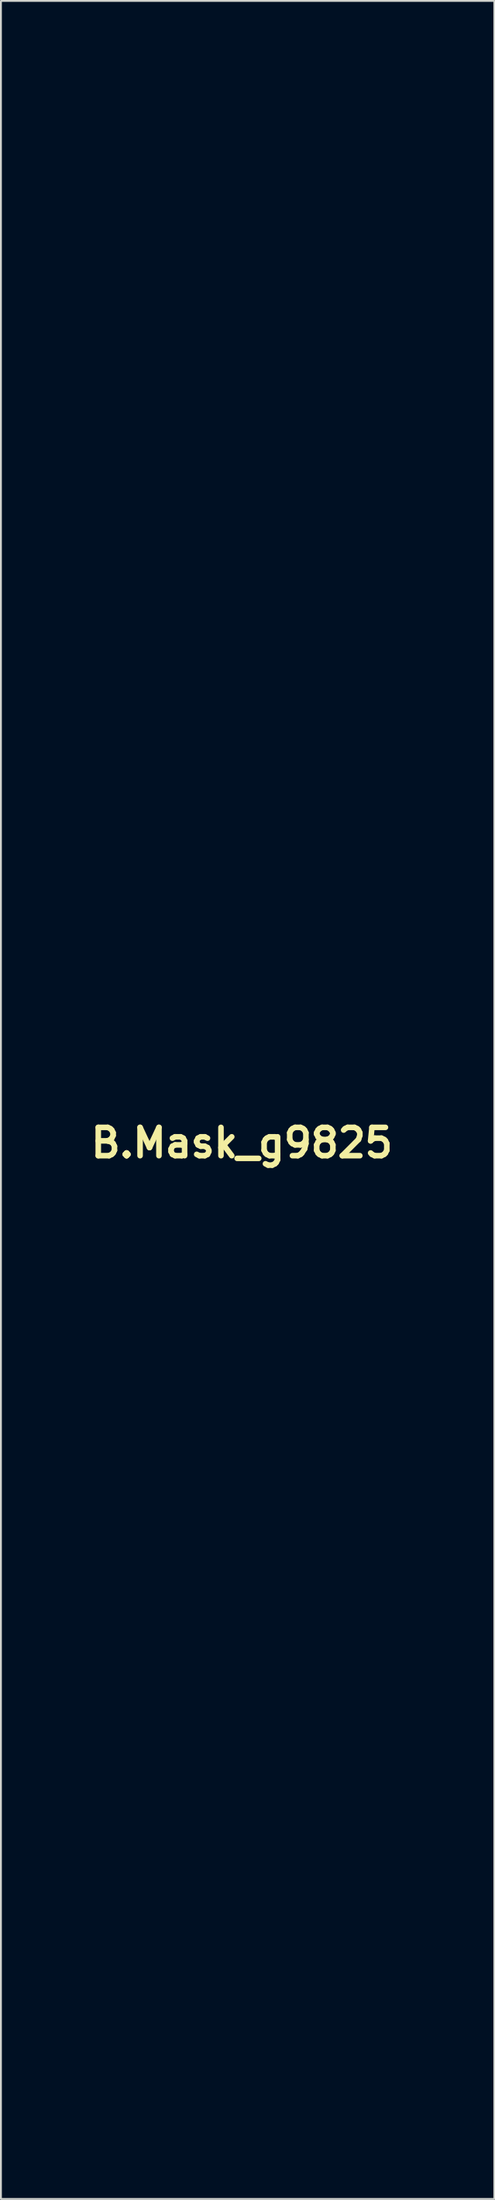
<source format=kicad_pcb>
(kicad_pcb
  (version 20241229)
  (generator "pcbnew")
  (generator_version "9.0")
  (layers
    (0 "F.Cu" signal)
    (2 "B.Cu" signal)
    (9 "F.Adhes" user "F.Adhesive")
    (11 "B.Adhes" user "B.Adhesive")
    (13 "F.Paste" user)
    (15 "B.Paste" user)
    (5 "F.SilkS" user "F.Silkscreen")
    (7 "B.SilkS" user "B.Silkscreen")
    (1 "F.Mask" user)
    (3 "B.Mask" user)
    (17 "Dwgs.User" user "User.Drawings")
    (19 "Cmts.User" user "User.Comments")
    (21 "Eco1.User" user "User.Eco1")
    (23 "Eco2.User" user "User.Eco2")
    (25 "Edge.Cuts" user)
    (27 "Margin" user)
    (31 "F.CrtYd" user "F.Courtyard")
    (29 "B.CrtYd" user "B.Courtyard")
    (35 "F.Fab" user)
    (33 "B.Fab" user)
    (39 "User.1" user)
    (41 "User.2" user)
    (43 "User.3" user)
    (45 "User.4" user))
  (footprint "B.Mask_g9825"
    (layer "F.Cu")
    (at 9.969 58.468)
    (property "Reference" "B.Mask_g9825" (at 0 0 0) (layer "F.SilkS") (effects (font (size 1.524 1.524) (thickness 0.3))))
    (attr through_hole)
    (fp_poly (pts (xy 5.63 -55.33) (xy 5.47 -55.33) (xy 5.337 -55.347) (xy 5.225 -55.39) (xy 5.216 -55.396) (xy 5.115 -55.493) (xy 5.043 -55.63) (xy 4.995 -55.82) (xy 4.968 -56.077) (xy 4.964 -56.13) (xy 4.96 -56.491) (xy 4.99 -56.778) (xy 5.057 -56.996) (xy 5.162 -57.147) (xy 5.307 -57.237) (xy 5.431 -57.266) (xy 5.63 -57.288) (xy 5.63 -55.33)) (stroke (width 0.01) (type solid)) (fill yes) (layer "B.Mask"))
    (fp_poly (pts (xy 6.928 -56.935) (xy 6.954 -56.84) (xy 6.988 -56.703) (xy 7.024 -56.542) (xy 7.059 -56.377) (xy 7.088 -56.229) (xy 7.107 -56.117) (xy 7.112 -56.069) (xy 7.087 -56.029) (xy 7.003 -56.01) (xy 6.905 -56.007) (xy 6.698 -56.007) (xy 6.798 -56.478) (xy 6.839 -56.667) (xy 6.874 -56.823) (xy 6.901 -56.928) (xy 6.914 -56.966) (xy 6.928 -56.935)) (stroke (width 0.01) (type solid)) (fill yes) (layer "B.Mask"))
    (fp_poly (pts (xy -6.815 -56.977) (xy -6.807 -56.931) (xy -6.785 -56.82) (xy -6.751 -56.66) (xy -6.714 -56.483) (xy -6.613 -56.007) (xy -6.82 -56.007) (xy -6.955 -56.015) (xy -7.019 -56.042) (xy -7.027 -56.066) (xy -7.019 -56.136) (xy -6.997 -56.261) (xy -6.966 -56.42) (xy -6.931 -56.59) (xy -6.895 -56.752) (xy -6.864 -56.882) (xy -6.842 -56.961) (xy -6.836 -56.974) (xy -6.815 -56.977) (xy -6.815 -56.977)) (stroke (width 0.01) (type solid)) (fill yes) (layer "B.Mask"))
    (fp_poly (pts (xy -2.302 -56.557) (xy -2.262 -56.37) (xy -2.229 -56.211) (xy -2.208 -56.1) (xy -2.203 -56.06) (xy -2.241 -56.024) (xy -2.36 -56.008) (xy -2.416 -56.007) (xy -2.542 -56.011) (xy -2.602 -56.027) (xy -2.613 -56.063) (xy -2.609 -56.081) (xy -2.59 -56.161) (xy -2.563 -56.293) (xy -2.54 -56.409) (xy -2.505 -56.581) (xy -2.467 -56.749) (xy -2.446 -56.833) (xy -2.4 -57.002) (xy -2.302 -56.557)) (stroke (width 0.01) (type solid)) (fill yes) (layer "B.Mask"))
    (fp_poly (pts (xy 6.784 34.602) (xy 7.177 34.646) (xy 7.532 34.725) (xy 7.885 34.85) (xy 8.149 34.969) (xy 8.621 35.238) (xy 9.027 35.559) (xy 9.373 35.937) (xy 9.665 36.378) (xy 9.779 36.597) (xy 9.92 36.907) (xy 10.019 37.18) (xy 10.084 37.442) (xy 10.12 37.722) (xy 10.133 38.048) (xy 10.133 38.185) (xy 10.13 38.438) (xy 10.12 38.632) (xy 10.101 38.792) (xy 10.07 38.944) (xy 10.023 39.114) (xy 10.018 39.129) (xy 9.816 39.658) (xy 9.547 40.137) (xy 9.214 40.561) (xy 8.821 40.928) (xy 8.371 41.234) (xy 7.866 41.477) (xy 7.599 41.572) (xy 7.351 41.63) (xy 7.047 41.669) (xy 6.712 41.688) (xy 6.372 41.687) (xy 6.054 41.666) (xy 5.783 41.623) (xy 5.745 41.614) (xy 5.228 41.441) (xy 4.75 41.198) (xy 4.318 40.891) (xy 3.938 40.526) (xy 3.616 40.111) (xy 3.358 39.651) (xy 3.17 39.152) (xy 3.089 38.82) (xy 3.04 38.371) (xy 3.046 38.142) (xy 3.84 38.142) (xy 3.874 38.622) (xy 3.979 39.06) (xy 4.16 39.463) (xy 4.419 39.839) (xy 4.632 40.072) (xy 5.014 40.402) (xy 5.42 40.65) (xy 5.848 40.817) (xy 6.298 40.902) (xy 6.769 40.905) (xy 7.259 40.826) (xy 7.26 40.826) (xy 7.704 40.676) (xy 8.112 40.454) (xy 8.475 40.167) (xy 8.786 39.823) (xy 9.037 39.43) (xy 9.219 38.994) (xy 9.228 38.968) (xy 9.306 38.621) (xy 9.343 38.244) (xy 9.336 37.872) (xy 9.298 37.598) (xy 9.165 37.164) (xy 8.961 36.755) (xy 8.697 36.383) (xy 8.38 36.06) (xy 8.021 35.798) (xy 7.829 35.695) (xy 7.367 35.516) (xy 6.899 35.419) (xy 6.433 35.403) (xy 5.977 35.467) (xy 5.537 35.609) (xy 5.121 35.827) (xy 4.736 36.122) (xy 4.611 36.241) (xy 4.309 36.606) (xy 4.079 37.011) (xy 3.926 37.452) (xy 3.849 37.924) (xy 3.84 38.142) (xy 3.046 38.142) (xy 3.052 37.891) (xy 3.122 37.405) (xy 3.248 36.937) (xy 3.317 36.753) (xy 3.542 36.308) (xy 3.836 35.9) (xy 4.189 35.537) (xy 4.592 35.224) (xy 5.033 34.967) (xy 5.505 34.773) (xy 5.996 34.647) (xy 6.497 34.596) (xy 6.784 34.602)) (stroke (width 0.01) (type solid)) (fill yes) (layer "B.Mask"))
    (fp_poly (pts (xy 6.909 46.764) (xy 7.179 46.785) (xy 7.419 46.827) (xy 7.656 46.893) (xy 7.919 46.989) (xy 7.965 47.007) (xy 8.269 47.146) (xy 8.542 47.311) (xy 8.808 47.517) (xy 9.083 47.773) (xy 9.434 48.163) (xy 9.707 48.565) (xy 9.911 48.995) (xy 10.053 49.466) (xy 10.096 49.684) (xy 10.144 50.026) (xy 10.156 50.335) (xy 10.134 50.65) (xy 10.094 50.911) (xy 9.963 51.427) (xy 9.759 51.909) (xy 9.49 52.351) (xy 9.162 52.746) (xy 8.782 53.09) (xy 8.357 53.376) (xy 7.894 53.599) (xy 7.399 53.754) (xy 6.88 53.833) (xy 6.569 53.843) (xy 6.371 53.837) (xy 6.178 53.824) (xy 6.027 53.808) (xy 6.004 53.805) (xy 5.504 53.679) (xy 5.021 53.479) (xy 4.568 53.212) (xy 4.16 52.887) (xy 3.81 52.512) (xy 3.779 52.472) (xy 3.485 52.024) (xy 3.267 51.552) (xy 3.123 51.062) (xy 3.05 50.564) (xy 3.049 50.225) (xy 3.835 50.225) (xy 3.86 50.646) (xy 3.947 51.059) (xy 4.096 51.455) (xy 4.303 51.825) (xy 4.568 52.163) (xy 4.887 52.459) (xy 5.26 52.706) (xy 5.683 52.896) (xy 5.893 52.961) (xy 6.245 53.024) (xy 6.634 53.038) (xy 7.028 53.004) (xy 7.396 52.925) (xy 7.522 52.883) (xy 7.874 52.73) (xy 8.18 52.54) (xy 8.469 52.297) (xy 8.608 52.156) (xy 8.902 51.786) (xy 9.122 51.386) (xy 9.268 50.963) (xy 9.341 50.527) (xy 9.341 50.086) (xy 9.269 49.648) (xy 9.126 49.222) (xy 8.913 48.817) (xy 8.629 48.442) (xy 8.324 48.145) (xy 7.96 47.889) (xy 7.561 47.704) (xy 7.135 47.589) (xy 6.695 47.543) (xy 6.25 47.565) (xy 5.813 47.657) (xy 5.392 47.816) (xy 5.001 48.044) (xy 4.727 48.263) (xy 4.407 48.609) (xy 4.16 48.986) (xy 3.983 49.386) (xy 3.876 49.802) (xy 3.835 50.225) (xy 3.049 50.225) (xy 3.048 50.064) (xy 3.115 49.57) (xy 3.248 49.091) (xy 3.446 48.635) (xy 3.707 48.208) (xy 4.029 47.819) (xy 4.411 47.476) (xy 4.85 47.187) (xy 5.02 47.098) (xy 5.335 46.958) (xy 5.627 46.86) (xy 5.925 46.798) (xy 6.254 46.766) (xy 6.583 46.758) (xy 6.909 46.764)) (stroke (width 0.01) (type solid)) (fill yes) (layer "B.Mask"))
    (fp_poly (pts (xy -6.063 22.643) (xy -5.531 22.736) (xy -5.114 22.868) (xy -4.645 23.09) (xy -4.215 23.383) (xy -3.831 23.737) (xy -3.499 24.145) (xy -3.226 24.598) (xy -3.021 25.087) (xy -2.917 25.463) (xy -2.886 25.671) (xy -2.869 25.934) (xy -2.864 26.221) (xy -2.872 26.505) (xy -2.893 26.756) (xy -2.917 26.903) (xy -3.069 27.413) (xy -3.291 27.891) (xy -3.577 28.329) (xy -3.919 28.72) (xy -4.311 29.056) (xy -4.746 29.332) (xy -5.215 29.539) (xy -5.624 29.653) (xy -5.84 29.689) (xy -6.088 29.718) (xy -6.339 29.736) (xy -6.564 29.742) (xy -6.731 29.734) (xy -7.292 29.629) (xy -7.81 29.452) (xy -8.285 29.203) (xy -8.719 28.879) (xy -8.958 28.653) (xy -9.317 28.227) (xy -9.597 27.771) (xy -9.798 27.285) (xy -9.92 26.768) (xy -9.964 26.219) (xy -9.964 26.183) (xy -9.955 26.062) (xy -9.157 26.062) (xy -9.154 26.386) (xy -9.124 26.687) (xy -9.085 26.878) (xy -8.92 27.328) (xy -8.687 27.736) (xy -8.393 28.095) (xy -8.044 28.399) (xy -7.65 28.642) (xy -7.216 28.819) (xy -6.751 28.924) (xy -6.464 28.95) (xy -6.338 28.946) (xy -6.168 28.932) (xy -5.998 28.91) (xy -5.531 28.798) (xy -5.1 28.611) (xy -4.712 28.356) (xy -4.372 28.037) (xy -4.086 27.659) (xy -3.859 27.227) (xy -3.783 27.029) (xy -3.731 26.868) (xy -3.697 26.728) (xy -3.677 26.581) (xy -3.668 26.402) (xy -3.666 26.183) (xy -3.668 25.95) (xy -3.678 25.774) (xy -3.699 25.629) (xy -3.734 25.488) (xy -3.783 25.337) (xy -3.985 24.877) (xy -4.247 24.473) (xy -4.567 24.129) (xy -4.939 23.848) (xy -5.361 23.634) (xy -5.827 23.491) (xy -6.032 23.453) (xy -6.491 23.424) (xy -6.94 23.475) (xy -7.371 23.599) (xy -7.775 23.792) (xy -8.145 24.046) (xy -8.471 24.358) (xy -8.746 24.721) (xy -8.961 25.131) (xy -9.085 25.488) (xy -9.134 25.752) (xy -9.157 26.062) (xy -9.955 26.062) (xy -9.925 25.632) (xy -9.808 25.113) (xy -9.612 24.625) (xy -9.337 24.168) (xy -8.983 23.74) (xy -8.958 23.714) (xy -8.549 23.35) (xy -8.101 23.058) (xy -7.62 22.84) (xy -7.115 22.697) (xy -6.594 22.631) (xy -6.063 22.643)) (stroke (width 0.01) (type solid)) (fill yes) (layer "B.Mask"))
    (fp_poly (pts (xy -5.868 46.777) (xy -5.346 46.896) (xy -4.856 47.09) (xy -4.402 47.354) (xy -3.992 47.685) (xy -3.632 48.078) (xy -3.328 48.529) (xy -3.179 48.817) (xy -3.047 49.126) (xy -2.955 49.407) (xy -2.898 49.687) (xy -2.87 49.996) (xy -2.865 50.313) (xy -2.868 50.565) (xy -2.879 50.76) (xy -2.901 50.923) (xy -2.936 51.083) (xy -2.979 51.236) (xy -3.18 51.767) (xy -3.445 52.248) (xy -3.77 52.675) (xy -4.151 53.042) (xy -4.582 53.347) (xy -5.06 53.585) (xy -5.58 53.751) (xy -5.75 53.788) (xy -6.07 53.829) (xy -6.428 53.842) (xy -6.786 53.827) (xy -7.105 53.784) (xy -7.133 53.778) (xy -7.656 53.625) (xy -8.141 53.398) (xy -8.584 53.104) (xy -8.977 52.749) (xy -9.316 52.339) (xy -9.593 51.879) (xy -9.803 51.375) (xy -9.868 51.158) (xy -9.929 50.835) (xy -9.959 50.465) (xy -9.958 50.278) (xy -9.165 50.278) (xy -9.143 50.671) (xy -9.071 51.03) (xy -9.064 51.054) (xy -8.885 51.502) (xy -8.637 51.908) (xy -8.327 52.264) (xy -7.962 52.563) (xy -7.55 52.798) (xy -7.103 52.961) (xy -6.841 53.01) (xy -6.536 53.032) (xy -6.216 53.028) (xy -5.91 52.999) (xy -5.648 52.945) (xy -5.576 52.923) (xy -5.21 52.77) (xy -4.893 52.584) (xy -4.595 52.346) (xy -4.461 52.22) (xy -4.283 52.034) (xy -4.15 51.873) (xy -4.044 51.709) (xy -3.946 51.52) (xy -3.764 51.053) (xy -3.667 50.588) (xy -3.654 50.125) (xy -3.726 49.662) (xy -3.883 49.2) (xy -3.944 49.064) (xy -4.122 48.764) (xy -4.357 48.468) (xy -4.628 48.197) (xy -4.916 47.972) (xy -5.142 47.839) (xy -5.556 47.676) (xy -5.992 47.574) (xy -6.431 47.536) (xy -6.852 47.564) (xy -7.05 47.604) (xy -7.501 47.761) (xy -7.915 47.99) (xy -8.285 48.283) (xy -8.602 48.632) (xy -8.858 49.031) (xy -9.045 49.471) (xy -9.064 49.53) (xy -9.139 49.886) (xy -9.165 50.278) (xy -9.958 50.278) (xy -9.957 50.081) (xy -9.925 49.714) (xy -9.868 49.424) (xy -9.689 48.906) (xy -9.442 48.43) (xy -9.134 48.003) (xy -8.77 47.63) (xy -8.358 47.314) (xy -7.904 47.062) (xy -7.414 46.879) (xy -6.895 46.768) (xy -6.413 46.736) (xy -5.868 46.777)) (stroke (width 0.01) (type solid)) (fill yes) (layer "B.Mask"))
    (fp_poly (pts (xy -6.147 34.616) (xy -5.756 34.66) (xy -5.44 34.731) (xy -4.918 34.93) (xy -4.444 35.196) (xy -4.022 35.524) (xy -3.656 35.907) (xy -3.352 36.341) (xy -3.115 36.82) (xy -2.947 37.338) (xy -2.855 37.89) (xy -2.854 37.901) (xy -2.848 38.226) (xy -2.879 38.59) (xy -2.943 38.959) (xy -3.032 39.285) (xy -3.171 39.643) (xy -3.344 39.966) (xy -3.564 40.275) (xy -3.846 40.592) (xy -3.916 40.663) (xy -4.111 40.854) (xy -4.271 40.997) (xy -4.418 41.109) (xy -4.574 41.205) (xy -4.72 41.284) (xy -5.018 41.428) (xy -5.276 41.533) (xy -5.52 41.604) (xy -5.776 41.649) (xy -6.071 41.673) (xy -6.308 41.681) (xy -6.649 41.683) (xy -6.917 41.672) (xy -7.125 41.647) (xy -7.186 41.634) (xy -7.7 41.475) (xy -8.179 41.242) (xy -8.615 40.942) (xy -9.003 40.581) (xy -9.336 40.166) (xy -9.608 39.703) (xy -9.812 39.198) (xy -9.867 39.01) (xy -9.934 38.652) (xy -9.961 38.251) (xy -9.961 38.237) (xy -9.172 38.237) (xy -9.122 38.683) (xy -8.999 39.11) (xy -8.809 39.51) (xy -8.559 39.876) (xy -8.255 40.199) (xy -7.901 40.471) (xy -7.505 40.685) (xy -7.072 40.833) (xy -6.767 40.891) (xy -6.341 40.91) (xy -5.895 40.86) (xy -5.736 40.826) (xy -5.295 40.676) (xy -4.888 40.454) (xy -4.523 40.165) (xy -4.212 39.818) (xy -3.963 39.421) (xy -3.957 39.41) (xy -3.823 39.117) (xy -3.735 38.849) (xy -3.685 38.572) (xy -3.665 38.255) (xy -3.664 38.163) (xy -3.696 37.685) (xy -3.8 37.249) (xy -3.978 36.846) (xy -4.234 36.469) (xy -4.483 36.194) (xy -4.844 35.89) (xy -5.232 35.661) (xy -5.638 35.504) (xy -6.056 35.417) (xy -6.476 35.397) (xy -6.893 35.441) (xy -7.297 35.548) (xy -7.682 35.713) (xy -8.039 35.935) (xy -8.362 36.211) (xy -8.641 36.538) (xy -8.87 36.914) (xy -9.042 37.336) (xy -9.144 37.779) (xy -9.172 38.237) (xy -9.961 38.237) (xy -9.95 37.841) (xy -9.899 37.454) (xy -9.872 37.334) (xy -9.702 36.807) (xy -9.461 36.323) (xy -9.154 35.887) (xy -8.786 35.505) (xy -8.362 35.18) (xy -7.887 34.919) (xy -7.366 34.725) (xy -7.303 34.708) (xy -6.952 34.64) (xy -6.556 34.609) (xy -6.147 34.616)) (stroke (width 0.01) (type solid)) (fill yes) (layer "B.Mask"))
    (fp_poly (pts (xy -5.987 -3.584) (xy -5.636 -3.529) (xy -5.29 -3.429) (xy -4.923 -3.278) (xy -4.784 -3.211) (xy -4.593 -3.114) (xy -4.442 -3.027) (xy -4.309 -2.932) (xy -4.172 -2.815) (xy -4.01 -2.66) (xy -3.916 -2.565) (xy -3.647 -2.278) (xy -3.444 -2.023) (xy -3.315 -1.82) (xy -3.082 -1.321) (xy -2.93 -0.805) (xy -2.857 -0.28) (xy -2.864 0.247) (xy -2.949 0.768) (xy -3.112 1.275) (xy -3.353 1.76) (xy -3.652 2.194) (xy -3.967 2.53) (xy -4.345 2.833) (xy -4.765 3.091) (xy -5.208 3.289) (xy -5.522 3.387) (xy -5.806 3.443) (xy -6.128 3.479) (xy -6.454 3.495) (xy -6.753 3.488) (xy -6.92 3.469) (xy -7.448 3.346) (xy -7.944 3.148) (xy -8.402 2.884) (xy -8.814 2.558) (xy -9.174 2.177) (xy -9.475 1.747) (xy -9.71 1.275) (xy -9.869 0.783) (xy -9.936 0.394) (xy -9.962 -0.025) (xy -9.952 -0.289) (xy -9.165 -0.289) (xy -9.165 0.169) (xy -9.08 0.628) (xy -8.91 1.087) (xy -8.867 1.178) (xy -8.621 1.583) (xy -8.318 1.932) (xy -7.967 2.219) (xy -7.575 2.443) (xy -7.152 2.599) (xy -6.705 2.683) (xy -6.244 2.693) (xy -5.777 2.624) (xy -5.558 2.563) (xy -5.13 2.384) (xy -4.74 2.133) (xy -4.396 1.82) (xy -4.106 1.453) (xy -3.879 1.041) (xy -3.781 0.786) (xy -3.729 0.62) (xy -3.696 0.472) (xy -3.677 0.316) (xy -3.669 0.124) (xy -3.668 -0.064) (xy -3.67 -0.3) (xy -3.681 -0.478) (xy -3.702 -0.625) (xy -3.738 -0.768) (xy -3.779 -0.894) (xy -3.979 -1.357) (xy -4.238 -1.76) (xy -4.556 -2.102) (xy -4.934 -2.385) (xy -5.261 -2.559) (xy -5.584 -2.689) (xy -5.887 -2.767) (xy -6.209 -2.803) (xy -6.413 -2.808) (xy -6.895 -2.766) (xy -7.351 -2.648) (xy -7.772 -2.456) (xy -8.153 -2.195) (xy -8.486 -1.872) (xy -8.763 -1.488) (xy -8.912 -1.206) (xy -9.081 -0.747) (xy -9.165 -0.289) (xy -9.952 -0.289) (xy -9.946 -0.441) (xy -9.888 -0.823) (xy -9.867 -0.91) (xy -9.688 -1.43) (xy -9.44 -1.909) (xy -9.13 -2.341) (xy -8.762 -2.721) (xy -8.344 -3.041) (xy -7.882 -3.297) (xy -7.382 -3.483) (xy -7.07 -3.557) (xy -6.927 -3.576) (xy -6.73 -3.59) (xy -6.509 -3.599) (xy -6.371 -3.601) (xy -5.987 -3.584)) (stroke (width 0.01) (type solid)) (fill yes) (layer "B.Mask"))
    (fp_poly (pts (xy 6.965 22.644) (xy 7.241 22.675) (xy 7.303 22.687) (xy 7.83 22.843) (xy 8.32 23.071) (xy 8.764 23.366) (xy 9.159 23.724) (xy 9.498 24.139) (xy 9.777 24.606) (xy 9.988 25.12) (xy 10.016 25.209) (xy 10.064 25.378) (xy 10.097 25.524) (xy 10.117 25.673) (xy 10.128 25.848) (xy 10.131 26.074) (xy 10.132 26.183) (xy 10.13 26.436) (xy 10.122 26.629) (xy 10.106 26.785) (xy 10.079 26.93) (xy 10.037 27.086) (xy 10.016 27.157) (xy 9.817 27.679) (xy 9.552 28.153) (xy 9.227 28.573) (xy 8.849 28.937) (xy 8.421 29.238) (xy 7.951 29.472) (xy 7.444 29.636) (xy 6.906 29.724) (xy 6.792 29.732) (xy 6.578 29.738) (xy 6.357 29.734) (xy 6.169 29.72) (xy 6.141 29.717) (xy 5.608 29.602) (xy 5.107 29.412) (xy 4.644 29.153) (xy 4.226 28.831) (xy 3.859 28.451) (xy 3.549 28.02) (xy 3.305 27.543) (xy 3.132 27.03) (xy 3.072 26.696) (xy 3.044 26.318) (xy 3.046 26.183) (xy 3.839 26.183) (xy 3.879 26.662) (xy 3.996 27.113) (xy 4.183 27.529) (xy 4.436 27.905) (xy 4.749 28.233) (xy 5.116 28.51) (xy 5.533 28.726) (xy 5.994 28.878) (xy 6.244 28.928) (xy 6.404 28.94) (xy 6.617 28.936) (xy 6.853 28.919) (xy 7.083 28.891) (xy 7.278 28.855) (xy 7.301 28.849) (xy 7.734 28.694) (xy 8.13 28.468) (xy 8.483 28.181) (xy 8.786 27.841) (xy 9.031 27.458) (xy 9.212 27.04) (xy 9.323 26.596) (xy 9.356 26.183) (xy 9.315 25.72) (xy 9.196 25.276) (xy 9.007 24.861) (xy 8.753 24.482) (xy 8.441 24.147) (xy 8.078 23.866) (xy 7.669 23.645) (xy 7.278 23.509) (xy 7.015 23.461) (xy 6.706 23.439) (xy 6.384 23.443) (xy 6.083 23.472) (xy 5.888 23.512) (xy 5.438 23.676) (xy 5.032 23.908) (xy 4.676 24.2) (xy 4.375 24.545) (xy 4.135 24.935) (xy 3.963 25.362) (xy 3.863 25.82) (xy 3.839 26.183) (xy 3.046 26.183) (xy 3.049 25.928) (xy 3.087 25.56) (xy 3.132 25.337) (xy 3.307 24.816) (xy 3.554 24.337) (xy 3.866 23.904) (xy 4.239 23.523) (xy 4.666 23.2) (xy 5.141 22.941) (xy 5.66 22.751) (xy 5.736 22.73) (xy 6.001 22.678) (xy 6.314 22.647) (xy 6.646 22.635) (xy 6.965 22.644)) (stroke (width 0.01) (type solid)) (fill yes) (layer "B.Mask"))
    (fp_poly (pts (xy 0.328 -58.452) (xy 10.562 -58.441) (xy 10.573 -56.356) (xy 10.584 -54.271) (xy -9.906 -54.271) (xy -9.906 -54.943) (xy 0.253 -54.943) (xy 0.406 -54.957) (xy 0.56 -54.97) (xy 0.74 -55.478) (xy 0.826 -55.716) (xy 0.918 -55.967) (xy 1.005 -56.198) (xy 1.063 -56.346) (xy 1.206 -56.706) (xy 1.218 -55.827) (xy 1.229 -54.949) (xy 1.566 -54.949) (xy 1.566 -57.658) (xy 1.99 -57.658) (xy 1.99 -54.949) (xy 2.328 -54.949) (xy 2.328 -55.33) (xy 3.217 -55.33) (xy 3.217 -54.949) (xy 4.277 -54.949) (xy 4.266 -56.281) (xy 4.588 -56.281) (xy 4.61 -55.958) (xy 4.682 -55.606) (xy 4.794 -55.328) (xy 4.946 -55.123) (xy 5.139 -54.989) (xy 5.265 -54.945) (xy 5.384 -54.931) (xy 5.548 -54.931) (xy 5.72 -54.942) (xy 5.831 -54.959) (xy 6.181 -54.959) (xy 6.218 -54.953) (xy 6.312 -54.949) (xy 6.349 -54.949) (xy 6.463 -54.957) (xy 6.519 -54.991) (xy 6.54 -55.044) (xy 6.558 -55.14) (xy 6.581 -55.281) (xy 6.594 -55.372) (xy 6.626 -55.605) (xy 6.91 -55.617) (xy 7.047 -55.623) (xy 7.136 -55.616) (xy 7.191 -55.582) (xy 7.224 -55.506) (xy 7.248 -55.373) (xy 7.271 -55.203) (xy 7.303 -54.97) (xy 7.476 -54.957) (xy 7.649 -54.944) (xy 7.648 -54.949) (xy 7.82 -54.949) (xy 8.17 -54.949) (xy 8.173 -55.679) (xy 8.175 -55.933) (xy 8.181 -56.169) (xy 8.189 -56.37) (xy 8.198 -56.517) (xy 8.205 -56.578) (xy 8.218 -56.636) (xy 8.232 -56.657) (xy 8.25 -56.634) (xy 8.277 -56.558) (xy 8.315 -56.42) (xy 8.368 -56.213) (xy 8.398 -56.092) (xy 8.455 -55.862) (xy 8.506 -55.658) (xy 8.546 -55.495) (xy 8.573 -55.388) (xy 8.581 -55.359) (xy 8.621 -55.305) (xy 8.713 -55.294) (xy 8.734 -55.296) (xy 8.818 -55.313) (xy 8.869 -55.36) (xy 8.906 -55.461) (xy 8.916 -55.499) (xy 8.945 -55.613) (xy 8.99 -55.786) (xy 9.044 -55.996) (xy 9.102 -56.22) (xy 9.107 -56.24) (xy 9.25 -56.79) (xy 9.276 -56.303) (xy 9.288 -56.048) (xy 9.298 -55.766) (xy 9.306 -55.501) (xy 9.308 -55.383) (xy 9.313 -54.949) (xy 9.658 -54.949) (xy 9.635 -55.425) (xy 9.624 -55.649) (xy 9.612 -55.926) (xy 9.601 -56.223) (xy 9.59 -56.507) (xy 9.588 -56.557) (xy 9.578 -56.805) (xy 9.567 -57.042) (xy 9.555 -57.246) (xy 9.544 -57.396) (xy 9.54 -57.436) (xy 9.523 -57.565) (xy 9.499 -57.631) (xy 9.451 -57.655) (xy 9.371 -57.658) (xy 9.314 -57.657) (xy 9.268 -57.647) (xy 9.228 -57.618) (xy 9.191 -57.561) (xy 9.15 -57.465) (xy 9.102 -57.32) (xy 9.041 -57.117) (xy 8.962 -56.845) (xy 8.935 -56.748) (xy 8.868 -56.521) (xy 8.807 -56.331) (xy 8.757 -56.188) (xy 8.722 -56.105) (xy 8.706 -56.092) (xy 8.686 -56.156) (xy 8.65 -56.283) (xy 8.603 -56.455) (xy 8.552 -56.642) (xy 8.49 -56.866) (xy 8.426 -57.091) (xy 8.368 -57.286) (xy 8.334 -57.396) (xy 8.247 -57.663) (xy 8.092 -57.65) (xy 7.938 -57.637) (xy 7.91 -57.256) (xy 7.901 -57.098) (xy 7.89 -56.874) (xy 7.878 -56.604) (xy 7.866 -56.307) (xy 7.855 -56.001) (xy 7.852 -55.912) (xy 7.82 -54.949) (xy 7.648 -54.949) (xy 7.548 -55.507) (xy 7.506 -55.731) (xy 7.453 -55.999) (xy 7.393 -56.294) (xy 7.329 -56.596) (xy 7.265 -56.889) (xy 7.206 -57.152) (xy 7.156 -57.368) (xy 7.12 -57.51) (xy 7.085 -57.594) (xy 7.024 -57.634) (xy 6.916 -57.649) (xy 6.747 -57.662) (xy 6.589 -56.993) (xy 6.548 -56.815) (xy 6.5 -56.592) (xy 6.446 -56.341) (xy 6.391 -56.074) (xy 6.337 -55.806) (xy 6.287 -55.552) (xy 6.243 -55.325) (xy 6.209 -55.141) (xy 6.187 -55.013) (xy 6.181 -54.959) (xy 5.831 -54.959) (xy 5.863 -54.964) (xy 5.912 -54.978) (xy 5.929 -54.999) (xy 5.942 -55.053) (xy 5.952 -55.149) (xy 5.959 -55.293) (xy 5.964 -55.495) (xy 5.967 -55.761) (xy 5.969 -56.1) (xy 5.969 -56.303) (xy 5.969 -57.605) (xy 5.837 -57.632) (xy 5.518 -57.665) (xy 5.245 -57.63) (xy 5.02 -57.527) (xy 4.845 -57.356) (xy 4.766 -57.224) (xy 4.668 -56.952) (xy 4.607 -56.629) (xy 4.588 -56.281) (xy 4.266 -56.281) (xy 4.266 -56.293) (xy 4.255 -57.637) (xy 3.757 -57.649) (xy 3.26 -57.661) (xy 3.26 -57.277) (xy 3.895 -57.277) (xy 3.895 -56.561) (xy 3.323 -56.536) (xy 3.31 -56.356) (xy 3.297 -56.176) (xy 3.895 -56.176) (xy 3.895 -55.33) (xy 3.217 -55.33) (xy 2.328 -55.33) (xy 2.328 -57.658) (xy 1.99 -57.658) (xy 1.566 -57.658) (xy 1.422 -57.658) (xy 1.36 -57.656) (xy 1.312 -57.639) (xy 1.269 -57.596) (xy 1.222 -57.513) (xy 1.16 -57.376) (xy 1.086 -57.203) (xy 0.989 -56.97) (xy 0.886 -56.717) (xy 0.791 -56.482) (xy 0.746 -56.367) (xy 0.598 -55.986) (xy 0.593 -57.663) (xy 0.275 -57.637) (xy 0.264 -56.29) (xy 0.253 -54.943) (xy -9.906 -54.943) (xy -9.906 -57.658) (xy -9.102 -57.658) (xy -9.102 -54.949) (xy -8.957 -54.949) (xy -8.879 -54.953) (xy -8.827 -54.979) (xy -8.786 -55.044) (xy -8.74 -55.167) (xy -8.724 -55.213) (xy -8.677 -55.347) (xy -8.607 -55.539) (xy -8.523 -55.766) (xy -8.432 -56.008) (xy -8.392 -56.113) (xy -8.149 -56.748) (xy -8.138 -55.848) (xy -8.126 -54.949) (xy -7.789 -54.949) (xy -7.789 -54.989) (xy -7.564 -54.989) (xy -7.54 -54.957) (xy -7.462 -54.953) (xy -7.398 -54.957) (xy -7.219 -54.97) (xy -7.187 -55.203) (xy -7.16 -55.395) (xy -7.136 -55.519) (xy -7.1 -55.589) (xy -7.041 -55.618) (xy -6.946 -55.623) (xy -6.825 -55.617) (xy -6.54 -55.605) (xy -6.49 -55.287) (xy -6.466 -55.135) (xy -6.447 -55.019) (xy -6.438 -54.962) (xy -6.437 -54.959) (xy -6.398 -54.953) (xy -6.303 -54.949) (xy -6.271 -54.949) (xy -6.107 -54.949) (xy -6.209 -55.531) (xy -6.255 -55.78) (xy -6.314 -56.079) (xy -6.383 -56.405) (xy -6.455 -56.735) (xy -6.526 -57.048) (xy -6.59 -57.319) (xy -6.639 -57.51) (xy -6.672 -57.593) (xy -6.728 -57.629) (xy -6.837 -57.637) (xy -6.84 -57.637) (xy -6.075 -57.637) (xy -6.062 -57.468) (xy -6.045 -57.279) (xy -6.02 -57.039) (xy -5.987 -56.763) (xy -5.95 -56.465) (xy -5.91 -56.16) (xy -5.869 -55.862) (xy -5.829 -55.587) (xy -5.792 -55.348) (xy -5.76 -55.16) (xy -5.735 -55.039) (xy -5.731 -55.023) (xy -5.687 -54.97) (xy -5.584 -54.949) (xy -5.547 -54.949) (xy -5.384 -54.949) (xy -5.3 -55.319) (xy -5.249 -55.548) (xy -5.195 -55.803) (xy -5.148 -56.033) (xy -5.145 -56.049) (xy -5.111 -56.221) (xy -5.08 -56.364) (xy -5.057 -56.457) (xy -5.052 -56.473) (xy -5.035 -56.46) (xy -5.007 -56.378) (xy -4.971 -56.24) (xy -4.933 -56.071) (xy -4.885 -55.838) (xy -4.833 -55.594) (xy -4.786 -55.376) (xy -4.764 -55.277) (xy -4.691 -54.949) (xy -4.528 -54.949) (xy -3.727 -54.949) (xy -3.387 -54.949) (xy -3.387 -54.987) (xy -3.133 -54.987) (xy -3.095 -54.963) (xy -3.002 -54.949) (xy -2.968 -54.949) (xy -2.803 -54.949) (xy -2.745 -55.277) (xy -2.688 -55.605) (xy -2.407 -55.617) (xy -2.272 -55.623) (xy -2.183 -55.615) (xy -2.128 -55.579) (xy -2.095 -55.501) (xy -2.073 -55.367) (xy -2.051 -55.192) (xy -2.022 -54.949) (xy -1.858 -54.949) (xy -1.739 -54.961) (xy -1.694 -55.001) (xy -1.693 -55.008) (xy -1.702 -55.081) (xy -1.724 -55.221) (xy -1.759 -55.414) (xy -1.802 -55.645) (xy -1.85 -55.899) (xy -1.902 -56.16) (xy -1.953 -56.413) (xy -2.002 -56.644) (xy -2.045 -56.838) (xy -2.054 -56.879) (xy -2.118 -57.15) (xy -2.166 -57.35) (xy -2.203 -57.49) (xy -2.235 -57.579) (xy -2.266 -57.63) (xy -2.301 -57.653) (xy -2.339 -57.658) (xy -1.778 -57.658) (xy -1.778 -57.277) (xy -1.312 -57.277) (xy -1.312 -54.949) (xy -0.974 -54.949) (xy -0.974 -57.277) (xy -0.508 -57.277) (xy -0.508 -57.658) (xy -1.778 -57.658) (xy -2.339 -57.658) (xy -2.346 -57.659) (xy -2.404 -57.658) (xy -2.411 -57.658) (xy -2.575 -57.658) (xy -2.725 -57.034) (xy -2.77 -56.84) (xy -2.821 -56.605) (xy -2.876 -56.345) (xy -2.932 -56.072) (xy -2.987 -55.801) (xy -3.036 -55.547) (xy -3.079 -55.324) (xy -3.11 -55.145) (xy -3.129 -55.026) (xy -3.133 -54.987) (xy -3.387 -54.987) (xy -3.387 -57.663) (xy -3.704 -57.637) (xy -3.715 -56.293) (xy -3.727 -54.949) (xy -4.528 -54.949) (xy -4.408 -54.962) (xy -4.351 -55.006) (xy -4.345 -55.023) (xy -4.318 -55.138) (xy -4.285 -55.322) (xy -4.247 -55.561) (xy -4.206 -55.84) (xy -4.164 -56.144) (xy -4.123 -56.457) (xy -4.085 -56.766) (xy -4.053 -57.055) (xy -4.027 -57.31) (xy -4.013 -57.468) (xy -4.001 -57.637) (xy -4.17 -57.637) (xy -4.279 -57.632) (xy -4.329 -57.602) (xy -4.347 -57.527) (xy -4.35 -57.489) (xy -4.364 -57.319) (xy -4.384 -57.103) (xy -4.408 -56.859) (xy -4.434 -56.604) (xy -4.46 -56.357) (xy -4.485 -56.136) (xy -4.506 -55.959) (xy -4.521 -55.843) (xy -4.524 -55.825) (xy -4.536 -55.772) (xy -4.55 -55.754) (xy -4.567 -55.78) (xy -4.589 -55.857) (xy -4.621 -55.994) (xy -4.662 -56.198) (xy -4.717 -56.477) (xy -4.718 -56.483) (xy -4.88 -57.319) (xy -5.04 -57.319) (xy -5.148 -57.311) (xy -5.2 -57.275) (xy -5.223 -57.203) (xy -5.238 -57.124) (xy -5.266 -56.977) (xy -5.304 -56.781) (xy -5.348 -56.551) (xy -5.383 -56.369) (xy -5.434 -56.107) (xy -5.474 -55.922) (xy -5.504 -55.806) (xy -5.526 -55.752) (xy -5.543 -55.753) (xy -5.55 -55.776) (xy -5.564 -55.856) (xy -5.582 -56.002) (xy -5.605 -56.2) (xy -5.63 -56.43) (xy -5.656 -56.678) (xy -5.68 -56.925) (xy -5.701 -57.154) (xy -5.718 -57.349) (xy -5.726 -57.468) (xy -5.737 -57.576) (xy -5.77 -57.624) (xy -5.85 -57.636) (xy -5.905 -57.637) (xy -6.075 -57.637) (xy -6.84 -57.637) (xy -7.006 -57.637) (xy -7.103 -57.256) (xy -7.138 -57.111) (xy -7.185 -56.9) (xy -7.24 -56.64) (xy -7.301 -56.348) (xy -7.364 -56.042) (xy -7.426 -55.738) (xy -7.482 -55.454) (xy -7.529 -55.206) (xy -7.555 -55.063) (xy -7.564 -54.989) (xy -7.789 -54.989) (xy -7.789 -57.658) (xy -7.933 -57.658) (xy -7.997 -57.655) (xy -8.045 -57.638) (xy -8.089 -57.593) (xy -8.139 -57.506) (xy -8.204 -57.364) (xy -8.266 -57.224) (xy -8.364 -56.995) (xy -8.467 -56.743) (xy -8.561 -56.508) (xy -8.599 -56.411) (xy -8.742 -56.031) (xy -8.753 -56.845) (xy -8.765 -57.658) (xy -9.102 -57.658) (xy -9.906 -57.658) (xy -9.906 -58.463) (xy 0.328 -58.452)) (stroke (width 0.01) (type solid)) (fill yes) (layer "B.Mask")))
  (gr_rect
    (start -3 -3)
    (end 23.558 115.316)
    (stroke (width 0.1) (type default))
    (fill no)
    (layer "Edge.Cuts")))
</source>
